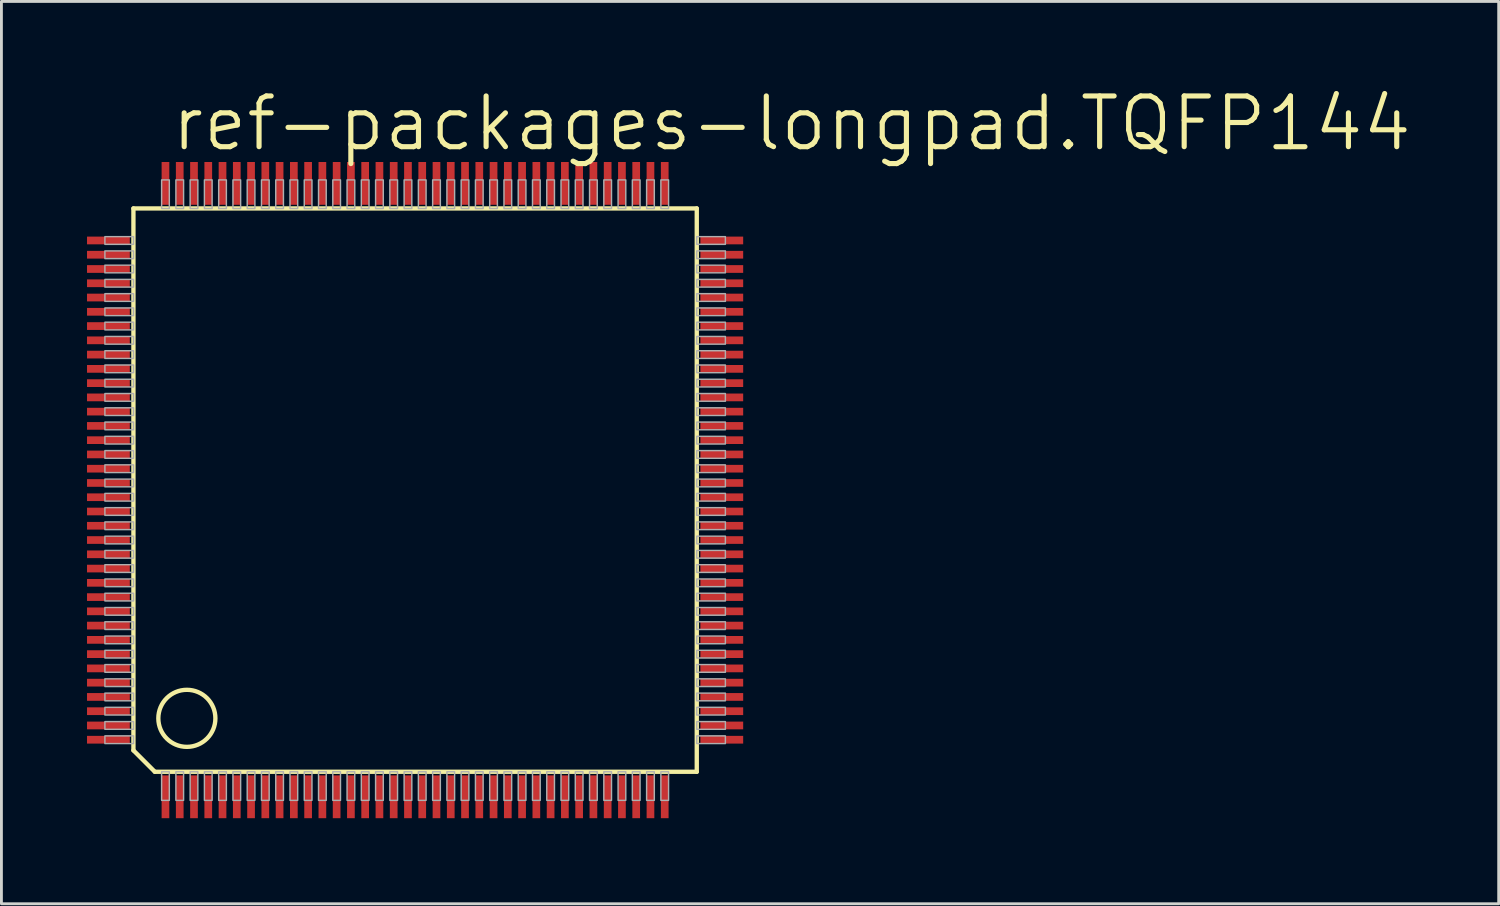
<source format=kicad_pcb>
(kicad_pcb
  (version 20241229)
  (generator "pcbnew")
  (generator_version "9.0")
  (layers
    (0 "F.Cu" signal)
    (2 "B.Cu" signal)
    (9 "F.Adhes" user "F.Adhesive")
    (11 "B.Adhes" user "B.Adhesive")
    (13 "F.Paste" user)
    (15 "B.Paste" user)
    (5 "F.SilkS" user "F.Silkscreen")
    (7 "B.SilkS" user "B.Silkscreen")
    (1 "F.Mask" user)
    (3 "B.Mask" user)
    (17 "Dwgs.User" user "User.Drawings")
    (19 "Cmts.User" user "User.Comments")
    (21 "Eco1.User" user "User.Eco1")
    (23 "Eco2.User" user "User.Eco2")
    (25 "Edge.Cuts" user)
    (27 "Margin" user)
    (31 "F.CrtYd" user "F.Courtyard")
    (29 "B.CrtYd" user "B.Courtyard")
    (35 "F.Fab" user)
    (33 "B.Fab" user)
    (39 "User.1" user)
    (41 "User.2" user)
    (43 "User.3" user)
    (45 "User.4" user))
  (footprint "ref-packages-longpad.TQFP144"
    (layer "F.Cu")
    (at 11.5 14.129)
    (property "Reference" "ref-packages-longpad.TQFP144" (at -8.636 -11.811 0) (layer "F.SilkS") (effects (font (size 1.778 1.778) (thickness 0.18)) (justify left bottom)))
    (attr smd)
    (fp_line (start -9.873 -9.873) (end 9.873 -9.873) (stroke (width 0.152) (type default)) (layer "F.SilkS"))
    (fp_line (start -9.873 9.123) (end -9.873 -9.873) (stroke (width 0.152) (type default)) (layer "F.SilkS"))
    (fp_line (start -9.123 9.873) (end -9.873 9.123) (stroke (width 0.152) (type default)) (layer "F.SilkS"))
    (fp_line (start 9.873 -9.873) (end 9.873 9.873) (stroke (width 0.152) (type default)) (layer "F.SilkS"))
    (fp_line (start 9.873 9.873) (end -9.123 9.873) (stroke (width 0.152) (type default)) (layer "F.SilkS"))
    (fp_circle (center -8 8) (end -7 8) (stroke (width 0.152) (type default)) (fill no) (layer "F.SilkS"))
    (fp_rect (start -10.873 -8.615) (end -9.87 -8.885) (stroke (width 0.05) (type default)) (fill no) (layer "F.Fab"))
    (fp_rect (start -10.873 -8.115) (end -9.87 -8.385) (stroke (width 0.05) (type default)) (fill no) (layer "F.Fab"))
    (fp_rect (start -10.873 -7.615) (end -9.87 -7.885) (stroke (width 0.05) (type default)) (fill no) (layer "F.Fab"))
    (fp_rect (start -10.873 -7.115) (end -9.87 -7.385) (stroke (width 0.05) (type default)) (fill no) (layer "F.Fab"))
    (fp_rect (start -10.873 -6.615) (end -9.87 -6.885) (stroke (width 0.05) (type default)) (fill no) (layer "F.Fab"))
    (fp_rect (start -10.873 -6.115) (end -9.87 -6.385) (stroke (width 0.05) (type default)) (fill no) (layer "F.Fab"))
    (fp_rect (start -10.873 -5.615) (end -9.87 -5.885) (stroke (width 0.05) (type default)) (fill no) (layer "F.Fab"))
    (fp_rect (start -10.873 -5.115) (end -9.87 -5.385) (stroke (width 0.05) (type default)) (fill no) (layer "F.Fab"))
    (fp_rect (start -10.873 -4.615) (end -9.87 -4.885) (stroke (width 0.05) (type default)) (fill no) (layer "F.Fab"))
    (fp_rect (start -10.873 -4.115) (end -9.87 -4.385) (stroke (width 0.05) (type default)) (fill no) (layer "F.Fab"))
    (fp_rect (start -10.873 -3.615) (end -9.87 -3.885) (stroke (width 0.05) (type default)) (fill no) (layer "F.Fab"))
    (fp_rect (start -10.873 -3.115) (end -9.87 -3.385) (stroke (width 0.05) (type default)) (fill no) (layer "F.Fab"))
    (fp_rect (start -10.873 -2.615) (end -9.87 -2.885) (stroke (width 0.05) (type default)) (fill no) (layer "F.Fab"))
    (fp_rect (start -10.873 -2.115) (end -9.87 -2.385) (stroke (width 0.05) (type default)) (fill no) (layer "F.Fab"))
    (fp_rect (start -10.873 -1.615) (end -9.87 -1.885) (stroke (width 0.05) (type default)) (fill no) (layer "F.Fab"))
    (fp_rect (start -10.873 -1.115) (end -9.87 -1.385) (stroke (width 0.05) (type default)) (fill no) (layer "F.Fab"))
    (fp_rect (start -10.873 -0.615) (end -9.87 -0.885) (stroke (width 0.05) (type default)) (fill no) (layer "F.Fab"))
    (fp_rect (start -10.873 -0.115) (end -9.87 -0.385) (stroke (width 0.05) (type default)) (fill no) (layer "F.Fab"))
    (fp_rect (start -10.873 0.385) (end -9.87 0.115) (stroke (width 0.05) (type default)) (fill no) (layer "F.Fab"))
    (fp_rect (start -10.873 0.885) (end -9.87 0.615) (stroke (width 0.05) (type default)) (fill no) (layer "F.Fab"))
    (fp_rect (start -10.873 1.385) (end -9.87 1.115) (stroke (width 0.05) (type default)) (fill no) (layer "F.Fab"))
    (fp_rect (start -10.873 1.885) (end -9.87 1.615) (stroke (width 0.05) (type default)) (fill no) (layer "F.Fab"))
    (fp_rect (start -10.873 2.385) (end -9.87 2.115) (stroke (width 0.05) (type default)) (fill no) (layer "F.Fab"))
    (fp_rect (start -10.873 2.885) (end -9.87 2.615) (stroke (width 0.05) (type default)) (fill no) (layer "F.Fab"))
    (fp_rect (start -10.873 3.385) (end -9.87 3.115) (stroke (width 0.05) (type default)) (fill no) (layer "F.Fab"))
    (fp_rect (start -10.873 3.885) (end -9.87 3.615) (stroke (width 0.05) (type default)) (fill no) (layer "F.Fab"))
    (fp_rect (start -10.873 4.385) (end -9.87 4.115) (stroke (width 0.05) (type default)) (fill no) (layer "F.Fab"))
    (fp_rect (start -10.873 4.885) (end -9.87 4.615) (stroke (width 0.05) (type default)) (fill no) (layer "F.Fab"))
    (fp_rect (start -10.873 5.385) (end -9.87 5.115) (stroke (width 0.05) (type default)) (fill no) (layer "F.Fab"))
    (fp_rect (start -10.873 5.885) (end -9.87 5.615) (stroke (width 0.05) (type default)) (fill no) (layer "F.Fab"))
    (fp_rect (start -10.873 6.385) (end -9.87 6.115) (stroke (width 0.05) (type default)) (fill no) (layer "F.Fab"))
    (fp_rect (start -10.873 6.885) (end -9.87 6.615) (stroke (width 0.05) (type default)) (fill no) (layer "F.Fab"))
    (fp_rect (start -10.873 7.385) (end -9.87 7.115) (stroke (width 0.05) (type default)) (fill no) (layer "F.Fab"))
    (fp_rect (start -10.873 7.885) (end -9.87 7.615) (stroke (width 0.05) (type default)) (fill no) (layer "F.Fab"))
    (fp_rect (start -10.873 8.385) (end -9.87 8.115) (stroke (width 0.05) (type default)) (fill no) (layer "F.Fab"))
    (fp_rect (start -10.873 8.885) (end -9.87 8.615) (stroke (width 0.05) (type default)) (fill no) (layer "F.Fab"))
    (fp_rect (start -8.885 -9.87) (end -8.615 -10.873) (stroke (width 0.05) (type default)) (fill no) (layer "F.Fab"))
    (fp_rect (start -8.885 10.876) (end -8.615 9.873) (stroke (width 0.05) (type default)) (fill no) (layer "F.Fab"))
    (fp_rect (start -8.385 -9.87) (end -8.115 -10.873) (stroke (width 0.05) (type default)) (fill no) (layer "F.Fab"))
    (fp_rect (start -8.385 10.876) (end -8.115 9.873) (stroke (width 0.05) (type default)) (fill no) (layer "F.Fab"))
    (fp_rect (start -7.885 -9.87) (end -7.615 -10.873) (stroke (width 0.05) (type default)) (fill no) (layer "F.Fab"))
    (fp_rect (start -7.885 10.876) (end -7.615 9.873) (stroke (width 0.05) (type default)) (fill no) (layer "F.Fab"))
    (fp_rect (start -7.385 -9.87) (end -7.115 -10.873) (stroke (width 0.05) (type default)) (fill no) (layer "F.Fab"))
    (fp_rect (start -7.385 10.876) (end -7.115 9.873) (stroke (width 0.05) (type default)) (fill no) (layer "F.Fab"))
    (fp_rect (start -6.885 -9.87) (end -6.615 -10.873) (stroke (width 0.05) (type default)) (fill no) (layer "F.Fab"))
    (fp_rect (start -6.885 10.876) (end -6.615 9.873) (stroke (width 0.05) (type default)) (fill no) (layer "F.Fab"))
    (fp_rect (start -6.385 -9.87) (end -6.115 -10.873) (stroke (width 0.05) (type default)) (fill no) (layer "F.Fab"))
    (fp_rect (start -6.385 10.876) (end -6.115 9.873) (stroke (width 0.05) (type default)) (fill no) (layer "F.Fab"))
    (fp_rect (start -5.885 -9.87) (end -5.615 -10.873) (stroke (width 0.05) (type default)) (fill no) (layer "F.Fab"))
    (fp_rect (start -5.885 10.876) (end -5.615 9.873) (stroke (width 0.05) (type default)) (fill no) (layer "F.Fab"))
    (fp_rect (start -5.385 -9.87) (end -5.115 -10.873) (stroke (width 0.05) (type default)) (fill no) (layer "F.Fab"))
    (fp_rect (start -5.385 10.876) (end -5.115 9.873) (stroke (width 0.05) (type default)) (fill no) (layer "F.Fab"))
    (fp_rect (start -4.885 -9.87) (end -4.615 -10.873) (stroke (width 0.05) (type default)) (fill no) (layer "F.Fab"))
    (fp_rect (start -4.885 10.876) (end -4.615 9.873) (stroke (width 0.05) (type default)) (fill no) (layer "F.Fab"))
    (fp_rect (start -4.385 -9.87) (end -4.115 -10.873) (stroke (width 0.05) (type default)) (fill no) (layer "F.Fab"))
    (fp_rect (start -4.385 10.876) (end -4.115 9.873) (stroke (width 0.05) (type default)) (fill no) (layer "F.Fab"))
    (fp_rect (start -3.885 -9.87) (end -3.615 -10.873) (stroke (width 0.05) (type default)) (fill no) (layer "F.Fab"))
    (fp_rect (start -3.885 10.876) (end -3.615 9.873) (stroke (width 0.05) (type default)) (fill no) (layer "F.Fab"))
    (fp_rect (start -3.385 -9.87) (end -3.115 -10.873) (stroke (width 0.05) (type default)) (fill no) (layer "F.Fab"))
    (fp_rect (start -3.385 10.876) (end -3.115 9.873) (stroke (width 0.05) (type default)) (fill no) (layer "F.Fab"))
    (fp_rect (start -2.885 -9.87) (end -2.615 -10.873) (stroke (width 0.05) (type default)) (fill no) (layer "F.Fab"))
    (fp_rect (start -2.885 10.876) (end -2.615 9.873) (stroke (width 0.05) (type default)) (fill no) (layer "F.Fab"))
    (fp_rect (start -2.385 -9.87) (end -2.115 -10.873) (stroke (width 0.05) (type default)) (fill no) (layer "F.Fab"))
    (fp_rect (start -2.385 10.876) (end -2.115 9.873) (stroke (width 0.05) (type default)) (fill no) (layer "F.Fab"))
    (fp_rect (start -1.885 -9.87) (end -1.615 -10.873) (stroke (width 0.05) (type default)) (fill no) (layer "F.Fab"))
    (fp_rect (start -1.885 10.876) (end -1.615 9.873) (stroke (width 0.05) (type default)) (fill no) (layer "F.Fab"))
    (fp_rect (start -1.385 -9.87) (end -1.115 -10.873) (stroke (width 0.05) (type default)) (fill no) (layer "F.Fab"))
    (fp_rect (start -1.385 10.876) (end -1.115 9.873) (stroke (width 0.05) (type default)) (fill no) (layer "F.Fab"))
    (fp_rect (start -0.885 -9.87) (end -0.615 -10.873) (stroke (width 0.05) (type default)) (fill no) (layer "F.Fab"))
    (fp_rect (start -0.885 10.876) (end -0.615 9.873) (stroke (width 0.05) (type default)) (fill no) (layer "F.Fab"))
    (fp_rect (start -0.385 -9.87) (end -0.115 -10.873) (stroke (width 0.05) (type default)) (fill no) (layer "F.Fab"))
    (fp_rect (start -0.385 10.876) (end -0.115 9.873) (stroke (width 0.05) (type default)) (fill no) (layer "F.Fab"))
    (fp_rect (start 0.115 -9.87) (end 0.385 -10.873) (stroke (width 0.05) (type default)) (fill no) (layer "F.Fab"))
    (fp_rect (start 0.115 10.876) (end 0.385 9.873) (stroke (width 0.05) (type default)) (fill no) (layer "F.Fab"))
    (fp_rect (start 0.615 -9.87) (end 0.885 -10.873) (stroke (width 0.05) (type default)) (fill no) (layer "F.Fab"))
    (fp_rect (start 0.615 10.876) (end 0.885 9.873) (stroke (width 0.05) (type default)) (fill no) (layer "F.Fab"))
    (fp_rect (start 1.115 -9.87) (end 1.385 -10.873) (stroke (width 0.05) (type default)) (fill no) (layer "F.Fab"))
    (fp_rect (start 1.115 10.876) (end 1.385 9.873) (stroke (width 0.05) (type default)) (fill no) (layer "F.Fab"))
    (fp_rect (start 1.615 -9.87) (end 1.885 -10.873) (stroke (width 0.05) (type default)) (fill no) (layer "F.Fab"))
    (fp_rect (start 1.615 10.876) (end 1.885 9.873) (stroke (width 0.05) (type default)) (fill no) (layer "F.Fab"))
    (fp_rect (start 2.115 -9.87) (end 2.385 -10.873) (stroke (width 0.05) (type default)) (fill no) (layer "F.Fab"))
    (fp_rect (start 2.115 10.876) (end 2.385 9.873) (stroke (width 0.05) (type default)) (fill no) (layer "F.Fab"))
    (fp_rect (start 2.615 -9.87) (end 2.885 -10.873) (stroke (width 0.05) (type default)) (fill no) (layer "F.Fab"))
    (fp_rect (start 2.615 10.876) (end 2.885 9.873) (stroke (width 0.05) (type default)) (fill no) (layer "F.Fab"))
    (fp_rect (start 3.115 -9.87) (end 3.385 -10.873) (stroke (width 0.05) (type default)) (fill no) (layer "F.Fab"))
    (fp_rect (start 3.115 10.876) (end 3.385 9.873) (stroke (width 0.05) (type default)) (fill no) (layer "F.Fab"))
    (fp_rect (start 3.615 -9.87) (end 3.885 -10.873) (stroke (width 0.05) (type default)) (fill no) (layer "F.Fab"))
    (fp_rect (start 3.615 10.876) (end 3.885 9.873) (stroke (width 0.05) (type default)) (fill no) (layer "F.Fab"))
    (fp_rect (start 4.115 -9.87) (end 4.385 -10.873) (stroke (width 0.05) (type default)) (fill no) (layer "F.Fab"))
    (fp_rect (start 4.115 10.876) (end 4.385 9.873) (stroke (width 0.05) (type default)) (fill no) (layer "F.Fab"))
    (fp_rect (start 4.615 -9.87) (end 4.885 -10.873) (stroke (width 0.05) (type default)) (fill no) (layer "F.Fab"))
    (fp_rect (start 4.615 10.876) (end 4.885 9.873) (stroke (width 0.05) (type default)) (fill no) (layer "F.Fab"))
    (fp_rect (start 5.115 -9.87) (end 5.385 -10.873) (stroke (width 0.05) (type default)) (fill no) (layer "F.Fab"))
    (fp_rect (start 5.115 10.876) (end 5.385 9.873) (stroke (width 0.05) (type default)) (fill no) (layer "F.Fab"))
    (fp_rect (start 5.615 -9.87) (end 5.885 -10.873) (stroke (width 0.05) (type default)) (fill no) (layer "F.Fab"))
    (fp_rect (start 5.615 10.876) (end 5.885 9.873) (stroke (width 0.05) (type default)) (fill no) (layer "F.Fab"))
    (fp_rect (start 6.115 -9.87) (end 6.385 -10.873) (stroke (width 0.05) (type default)) (fill no) (layer "F.Fab"))
    (fp_rect (start 6.115 10.876) (end 6.385 9.873) (stroke (width 0.05) (type default)) (fill no) (layer "F.Fab"))
    (fp_rect (start 6.615 -9.87) (end 6.885 -10.873) (stroke (width 0.05) (type default)) (fill no) (layer "F.Fab"))
    (fp_rect (start 6.615 10.876) (end 6.885 9.873) (stroke (width 0.05) (type default)) (fill no) (layer "F.Fab"))
    (fp_rect (start 7.115 -9.87) (end 7.385 -10.873) (stroke (width 0.05) (type default)) (fill no) (layer "F.Fab"))
    (fp_rect (start 7.115 10.876) (end 7.385 9.873) (stroke (width 0.05) (type default)) (fill no) (layer "F.Fab"))
    (fp_rect (start 7.615 -9.87) (end 7.885 -10.873) (stroke (width 0.05) (type default)) (fill no) (layer "F.Fab"))
    (fp_rect (start 7.615 10.876) (end 7.885 9.873) (stroke (width 0.05) (type default)) (fill no) (layer "F.Fab"))
    (fp_rect (start 8.115 -9.87) (end 8.385 -10.873) (stroke (width 0.05) (type default)) (fill no) (layer "F.Fab"))
    (fp_rect (start 8.115 10.876) (end 8.385 9.873) (stroke (width 0.05) (type default)) (fill no) (layer "F.Fab"))
    (fp_rect (start 8.615 -9.87) (end 8.885 -10.873) (stroke (width 0.05) (type default)) (fill no) (layer "F.Fab"))
    (fp_rect (start 8.615 10.876) (end 8.885 9.873) (stroke (width 0.05) (type default)) (fill no) (layer "F.Fab"))
    (fp_rect (start 9.873 -8.615) (end 10.876 -8.885) (stroke (width 0.05) (type default)) (fill no) (layer "F.Fab"))
    (fp_rect (start 9.873 -8.115) (end 10.876 -8.385) (stroke (width 0.05) (type default)) (fill no) (layer "F.Fab"))
    (fp_rect (start 9.873 -7.615) (end 10.876 -7.885) (stroke (width 0.05) (type default)) (fill no) (layer "F.Fab"))
    (fp_rect (start 9.873 -7.115) (end 10.876 -7.385) (stroke (width 0.05) (type default)) (fill no) (layer "F.Fab"))
    (fp_rect (start 9.873 -6.615) (end 10.876 -6.885) (stroke (width 0.05) (type default)) (fill no) (layer "F.Fab"))
    (fp_rect (start 9.873 -6.115) (end 10.876 -6.385) (stroke (width 0.05) (type default)) (fill no) (layer "F.Fab"))
    (fp_rect (start 9.873 -5.615) (end 10.876 -5.885) (stroke (width 0.05) (type default)) (fill no) (layer "F.Fab"))
    (fp_rect (start 9.873 -5.115) (end 10.876 -5.385) (stroke (width 0.05) (type default)) (fill no) (layer "F.Fab"))
    (fp_rect (start 9.873 -4.615) (end 10.876 -4.885) (stroke (width 0.05) (type default)) (fill no) (layer "F.Fab"))
    (fp_rect (start 9.873 -4.115) (end 10.876 -4.385) (stroke (width 0.05) (type default)) (fill no) (layer "F.Fab"))
    (fp_rect (start 9.873 -3.615) (end 10.876 -3.885) (stroke (width 0.05) (type default)) (fill no) (layer "F.Fab"))
    (fp_rect (start 9.873 -3.115) (end 10.876 -3.385) (stroke (width 0.05) (type default)) (fill no) (layer "F.Fab"))
    (fp_rect (start 9.873 -2.615) (end 10.876 -2.885) (stroke (width 0.05) (type default)) (fill no) (layer "F.Fab"))
    (fp_rect (start 9.873 -2.115) (end 10.876 -2.385) (stroke (width 0.05) (type default)) (fill no) (layer "F.Fab"))
    (fp_rect (start 9.873 -1.615) (end 10.876 -1.885) (stroke (width 0.05) (type default)) (fill no) (layer "F.Fab"))
    (fp_rect (start 9.873 -1.115) (end 10.876 -1.385) (stroke (width 0.05) (type default)) (fill no) (layer "F.Fab"))
    (fp_rect (start 9.873 -0.615) (end 10.876 -0.885) (stroke (width 0.05) (type default)) (fill no) (layer "F.Fab"))
    (fp_rect (start 9.873 -0.115) (end 10.876 -0.385) (stroke (width 0.05) (type default)) (fill no) (layer "F.Fab"))
    (fp_rect (start 9.873 0.385) (end 10.876 0.115) (stroke (width 0.05) (type default)) (fill no) (layer "F.Fab"))
    (fp_rect (start 9.873 0.885) (end 10.876 0.615) (stroke (width 0.05) (type default)) (fill no) (layer "F.Fab"))
    (fp_rect (start 9.873 1.385) (end 10.876 1.115) (stroke (width 0.05) (type default)) (fill no) (layer "F.Fab"))
    (fp_rect (start 9.873 1.885) (end 10.876 1.615) (stroke (width 0.05) (type default)) (fill no) (layer "F.Fab"))
    (fp_rect (start 9.873 2.385) (end 10.876 2.115) (stroke (width 0.05) (type default)) (fill no) (layer "F.Fab"))
    (fp_rect (start 9.873 2.885) (end 10.876 2.615) (stroke (width 0.05) (type default)) (fill no) (layer "F.Fab"))
    (fp_rect (start 9.873 3.385) (end 10.876 3.115) (stroke (width 0.05) (type default)) (fill no) (layer "F.Fab"))
    (fp_rect (start 9.873 3.885) (end 10.876 3.615) (stroke (width 0.05) (type default)) (fill no) (layer "F.Fab"))
    (fp_rect (start 9.873 4.385) (end 10.876 4.115) (stroke (width 0.05) (type default)) (fill no) (layer "F.Fab"))
    (fp_rect (start 9.873 4.885) (end 10.876 4.615) (stroke (width 0.05) (type default)) (fill no) (layer "F.Fab"))
    (fp_rect (start 9.873 5.385) (end 10.876 5.115) (stroke (width 0.05) (type default)) (fill no) (layer "F.Fab"))
    (fp_rect (start 9.873 5.885) (end 10.876 5.615) (stroke (width 0.05) (type default)) (fill no) (layer "F.Fab"))
    (fp_rect (start 9.873 6.385) (end 10.876 6.115) (stroke (width 0.05) (type default)) (fill no) (layer "F.Fab"))
    (fp_rect (start 9.873 6.885) (end 10.876 6.615) (stroke (width 0.05) (type default)) (fill no) (layer "F.Fab"))
    (fp_rect (start 9.873 7.385) (end 10.876 7.115) (stroke (width 0.05) (type default)) (fill no) (layer "F.Fab"))
    (fp_rect (start 9.873 7.885) (end 10.876 7.615) (stroke (width 0.05) (type default)) (fill no) (layer "F.Fab"))
    (fp_rect (start 9.873 8.385) (end 10.876 8.115) (stroke (width 0.05) (type default)) (fill no) (layer "F.Fab"))
    (fp_rect (start 9.873 8.885) (end 10.876 8.615) (stroke (width 0.05) (type default)) (fill no) (layer "F.Fab"))
    (pad "1" smd roundrect (at -8.75 10.75) (size 0.27 1.5) (layers "F.Cu" "F.Mask" "F.Paste") (roundrect_rratio 0.01))
    (pad "2" smd roundrect (at -8.25 10.75) (size 0.27 1.5) (layers "F.Cu" "F.Mask" "F.Paste") (roundrect_rratio 0.01))
    (pad "3" smd roundrect (at -7.75 10.75) (size 0.27 1.5) (layers "F.Cu" "F.Mask" "F.Paste") (roundrect_rratio 0.01))
    (pad "4" smd roundrect (at -7.25 10.75) (size 0.27 1.5) (layers "F.Cu" "F.Mask" "F.Paste") (roundrect_rratio 0.01))
    (pad "5" smd roundrect (at -6.75 10.75) (size 0.27 1.5) (layers "F.Cu" "F.Mask" "F.Paste") (roundrect_rratio 0.01))
    (pad "6" smd roundrect (at -6.25 10.75) (size 0.27 1.5) (layers "F.Cu" "F.Mask" "F.Paste") (roundrect_rratio 0.01))
    (pad "7" smd roundrect (at -5.75 10.75) (size 0.27 1.5) (layers "F.Cu" "F.Mask" "F.Paste") (roundrect_rratio 0.01))
    (pad "8" smd roundrect (at -5.25 10.75) (size 0.27 1.5) (layers "F.Cu" "F.Mask" "F.Paste") (roundrect_rratio 0.01))
    (pad "9" smd roundrect (at -4.75 10.75) (size 0.27 1.5) (layers "F.Cu" "F.Mask" "F.Paste") (roundrect_rratio 0.01))
    (pad "10" smd roundrect (at -4.25 10.75) (size 0.27 1.5) (layers "F.Cu" "F.Mask" "F.Paste") (roundrect_rratio 0.01))
    (pad "11" smd roundrect (at -3.75 10.75) (size 0.27 1.5) (layers "F.Cu" "F.Mask" "F.Paste") (roundrect_rratio 0.01))
    (pad "12" smd roundrect (at -3.25 10.75) (size 0.27 1.5) (layers "F.Cu" "F.Mask" "F.Paste") (roundrect_rratio 0.01))
    (pad "13" smd roundrect (at -2.75 10.75) (size 0.27 1.5) (layers "F.Cu" "F.Mask" "F.Paste") (roundrect_rratio 0.01))
    (pad "14" smd roundrect (at -2.25 10.75) (size 0.27 1.5) (layers "F.Cu" "F.Mask" "F.Paste") (roundrect_rratio 0.01))
    (pad "15" smd roundrect (at -1.75 10.75) (size 0.27 1.5) (layers "F.Cu" "F.Mask" "F.Paste") (roundrect_rratio 0.01))
    (pad "16" smd roundrect (at -1.25 10.75) (size 0.27 1.5) (layers "F.Cu" "F.Mask" "F.Paste") (roundrect_rratio 0.01))
    (pad "17" smd roundrect (at -0.75 10.75) (size 0.27 1.5) (layers "F.Cu" "F.Mask" "F.Paste") (roundrect_rratio 0.01))
    (pad "18" smd roundrect (at -0.25 10.75) (size 0.27 1.5) (layers "F.Cu" "F.Mask" "F.Paste") (roundrect_rratio 0.01))
    (pad "19" smd roundrect (at 0.25 10.75) (size 0.27 1.5) (layers "F.Cu" "F.Mask" "F.Paste") (roundrect_rratio 0.01))
    (pad "20" smd roundrect (at 0.75 10.75) (size 0.27 1.5) (layers "F.Cu" "F.Mask" "F.Paste") (roundrect_rratio 0.01))
    (pad "21" smd roundrect (at 1.25 10.75) (size 0.27 1.5) (layers "F.Cu" "F.Mask" "F.Paste") (roundrect_rratio 0.01))
    (pad "22" smd roundrect (at 1.75 10.75) (size 0.27 1.5) (layers "F.Cu" "F.Mask" "F.Paste") (roundrect_rratio 0.01))
    (pad "23" smd roundrect (at 2.25 10.75) (size 0.27 1.5) (layers "F.Cu" "F.Mask" "F.Paste") (roundrect_rratio 0.01))
    (pad "24" smd roundrect (at 2.75 10.75) (size 0.27 1.5) (layers "F.Cu" "F.Mask" "F.Paste") (roundrect_rratio 0.01))
    (pad "25" smd roundrect (at 3.25 10.75) (size 0.27 1.5) (layers "F.Cu" "F.Mask" "F.Paste") (roundrect_rratio 0.01))
    (pad "26" smd roundrect (at 3.75 10.75) (size 0.27 1.5) (layers "F.Cu" "F.Mask" "F.Paste") (roundrect_rratio 0.01))
    (pad "27" smd roundrect (at 4.25 10.75) (size 0.27 1.5) (layers "F.Cu" "F.Mask" "F.Paste") (roundrect_rratio 0.01))
    (pad "28" smd roundrect (at 4.75 10.75) (size 0.27 1.5) (layers "F.Cu" "F.Mask" "F.Paste") (roundrect_rratio 0.01))
    (pad "29" smd roundrect (at 5.25 10.75) (size 0.27 1.5) (layers "F.Cu" "F.Mask" "F.Paste") (roundrect_rratio 0.01))
    (pad "30" smd roundrect (at 5.75 10.75) (size 0.27 1.5) (layers "F.Cu" "F.Mask" "F.Paste") (roundrect_rratio 0.01))
    (pad "31" smd roundrect (at 6.25 10.75) (size 0.27 1.5) (layers "F.Cu" "F.Mask" "F.Paste") (roundrect_rratio 0.01))
    (pad "32" smd roundrect (at 6.75 10.75) (size 0.27 1.5) (layers "F.Cu" "F.Mask" "F.Paste") (roundrect_rratio 0.01))
    (pad "33" smd roundrect (at 7.25 10.75) (size 0.27 1.5) (layers "F.Cu" "F.Mask" "F.Paste") (roundrect_rratio 0.01))
    (pad "34" smd roundrect (at 7.75 10.75) (size 0.27 1.5) (layers "F.Cu" "F.Mask" "F.Paste") (roundrect_rratio 0.01))
    (pad "35" smd roundrect (at 8.25 10.75) (size 0.27 1.5) (layers "F.Cu" "F.Mask" "F.Paste") (roundrect_rratio 0.01))
    (pad "36" smd roundrect (at 8.75 10.75) (size 0.27 1.5) (layers "F.Cu" "F.Mask" "F.Paste") (roundrect_rratio 0.01))
    (pad "37" smd roundrect (at 10.75 8.75) (size 1.5 0.27) (layers "F.Cu" "F.Mask" "F.Paste") (roundrect_rratio 0.01))
    (pad "38" smd roundrect (at 10.75 8.25) (size 1.5 0.27) (layers "F.Cu" "F.Mask" "F.Paste") (roundrect_rratio 0.01))
    (pad "39" smd roundrect (at 10.75 7.75) (size 1.5 0.27) (layers "F.Cu" "F.Mask" "F.Paste") (roundrect_rratio 0.01))
    (pad "40" smd roundrect (at 10.75 7.25) (size 1.5 0.27) (layers "F.Cu" "F.Mask" "F.Paste") (roundrect_rratio 0.01))
    (pad "41" smd roundrect (at 10.75 6.75) (size 1.5 0.27) (layers "F.Cu" "F.Mask" "F.Paste") (roundrect_rratio 0.01))
    (pad "42" smd roundrect (at 10.75 6.25) (size 1.5 0.27) (layers "F.Cu" "F.Mask" "F.Paste") (roundrect_rratio 0.01))
    (pad "43" smd roundrect (at 10.75 5.75) (size 1.5 0.27) (layers "F.Cu" "F.Mask" "F.Paste") (roundrect_rratio 0.01))
    (pad "44" smd roundrect (at 10.75 5.25) (size 1.5 0.27) (layers "F.Cu" "F.Mask" "F.Paste") (roundrect_rratio 0.01))
    (pad "45" smd roundrect (at 10.75 4.75) (size 1.5 0.27) (layers "F.Cu" "F.Mask" "F.Paste") (roundrect_rratio 0.01))
    (pad "46" smd roundrect (at 10.75 4.25) (size 1.5 0.27) (layers "F.Cu" "F.Mask" "F.Paste") (roundrect_rratio 0.01))
    (pad "47" smd roundrect (at 10.75 3.75) (size 1.5 0.27) (layers "F.Cu" "F.Mask" "F.Paste") (roundrect_rratio 0.01))
    (pad "48" smd roundrect (at 10.75 3.25) (size 1.5 0.27) (layers "F.Cu" "F.Mask" "F.Paste") (roundrect_rratio 0.01))
    (pad "49" smd roundrect (at 10.75 2.75) (size 1.5 0.27) (layers "F.Cu" "F.Mask" "F.Paste") (roundrect_rratio 0.01))
    (pad "50" smd roundrect (at 10.75 2.25) (size 1.5 0.27) (layers "F.Cu" "F.Mask" "F.Paste") (roundrect_rratio 0.01))
    (pad "51" smd roundrect (at 10.75 1.75) (size 1.5 0.27) (layers "F.Cu" "F.Mask" "F.Paste") (roundrect_rratio 0.01))
    (pad "52" smd roundrect (at 10.75 1.25) (size 1.5 0.27) (layers "F.Cu" "F.Mask" "F.Paste") (roundrect_rratio 0.01))
    (pad "53" smd roundrect (at 10.75 0.75) (size 1.5 0.27) (layers "F.Cu" "F.Mask" "F.Paste") (roundrect_rratio 0.01))
    (pad "54" smd roundrect (at 10.75 0.25) (size 1.5 0.27) (layers "F.Cu" "F.Mask" "F.Paste") (roundrect_rratio 0.01))
    (pad "55" smd roundrect (at 10.75 -0.25) (size 1.5 0.27) (layers "F.Cu" "F.Mask" "F.Paste") (roundrect_rratio 0.01))
    (pad "56" smd roundrect (at 10.75 -0.75) (size 1.5 0.27) (layers "F.Cu" "F.Mask" "F.Paste") (roundrect_rratio 0.01))
    (pad "57" smd roundrect (at 10.75 -1.25) (size 1.5 0.27) (layers "F.Cu" "F.Mask" "F.Paste") (roundrect_rratio 0.01))
    (pad "58" smd roundrect (at 10.75 -1.75) (size 1.5 0.27) (layers "F.Cu" "F.Mask" "F.Paste") (roundrect_rratio 0.01))
    (pad "59" smd roundrect (at 10.75 -2.25) (size 1.5 0.27) (layers "F.Cu" "F.Mask" "F.Paste") (roundrect_rratio 0.01))
    (pad "60" smd roundrect (at 10.75 -2.75) (size 1.5 0.27) (layers "F.Cu" "F.Mask" "F.Paste") (roundrect_rratio 0.01))
    (pad "61" smd roundrect (at 10.75 -3.25) (size 1.5 0.27) (layers "F.Cu" "F.Mask" "F.Paste") (roundrect_rratio 0.01))
    (pad "62" smd roundrect (at 10.75 -3.75) (size 1.5 0.27) (layers "F.Cu" "F.Mask" "F.Paste") (roundrect_rratio 0.01))
    (pad "63" smd roundrect (at 10.75 -4.25) (size 1.5 0.27) (layers "F.Cu" "F.Mask" "F.Paste") (roundrect_rratio 0.01))
    (pad "64" smd roundrect (at 10.75 -4.75) (size 1.5 0.27) (layers "F.Cu" "F.Mask" "F.Paste") (roundrect_rratio 0.01))
    (pad "65" smd roundrect (at 10.75 -5.25) (size 1.5 0.27) (layers "F.Cu" "F.Mask" "F.Paste") (roundrect_rratio 0.01))
    (pad "66" smd roundrect (at 10.75 -5.75) (size 1.5 0.27) (layers "F.Cu" "F.Mask" "F.Paste") (roundrect_rratio 0.01))
    (pad "67" smd roundrect (at 10.75 -6.25) (size 1.5 0.27) (layers "F.Cu" "F.Mask" "F.Paste") (roundrect_rratio 0.01))
    (pad "68" smd roundrect (at 10.75 -6.75) (size 1.5 0.27) (layers "F.Cu" "F.Mask" "F.Paste") (roundrect_rratio 0.01))
    (pad "69" smd roundrect (at 10.75 -7.25) (size 1.5 0.27) (layers "F.Cu" "F.Mask" "F.Paste") (roundrect_rratio 0.01))
    (pad "70" smd roundrect (at 10.75 -7.75) (size 1.5 0.27) (layers "F.Cu" "F.Mask" "F.Paste") (roundrect_rratio 0.01))
    (pad "71" smd roundrect (at 10.75 -8.25) (size 1.5 0.27) (layers "F.Cu" "F.Mask" "F.Paste") (roundrect_rratio 0.01))
    (pad "72" smd roundrect (at 10.75 -8.75) (size 1.5 0.27) (layers "F.Cu" "F.Mask" "F.Paste") (roundrect_rratio 0.01))
    (pad "73" smd roundrect (at 8.75 -10.75) (size 0.27 1.5) (layers "F.Cu" "F.Mask" "F.Paste") (roundrect_rratio 0.01))
    (pad "74" smd roundrect (at 8.25 -10.75) (size 0.27 1.5) (layers "F.Cu" "F.Mask" "F.Paste") (roundrect_rratio 0.01))
    (pad "75" smd roundrect (at 7.75 -10.75) (size 0.27 1.5) (layers "F.Cu" "F.Mask" "F.Paste") (roundrect_rratio 0.01))
    (pad "76" smd roundrect (at 7.25 -10.75) (size 0.27 1.5) (layers "F.Cu" "F.Mask" "F.Paste") (roundrect_rratio 0.01))
    (pad "77" smd roundrect (at 6.75 -10.75) (size 0.27 1.5) (layers "F.Cu" "F.Mask" "F.Paste") (roundrect_rratio 0.01))
    (pad "78" smd roundrect (at 6.25 -10.75) (size 0.27 1.5) (layers "F.Cu" "F.Mask" "F.Paste") (roundrect_rratio 0.01))
    (pad "79" smd roundrect (at 5.75 -10.75) (size 0.27 1.5) (layers "F.Cu" "F.Mask" "F.Paste") (roundrect_rratio 0.01))
    (pad "80" smd roundrect (at 5.25 -10.75) (size 0.27 1.5) (layers "F.Cu" "F.Mask" "F.Paste") (roundrect_rratio 0.01))
    (pad "81" smd roundrect (at 4.75 -10.75) (size 0.27 1.5) (layers "F.Cu" "F.Mask" "F.Paste") (roundrect_rratio 0.01))
    (pad "82" smd roundrect (at 4.25 -10.75) (size 0.27 1.5) (layers "F.Cu" "F.Mask" "F.Paste") (roundrect_rratio 0.01))
    (pad "83" smd roundrect (at 3.75 -10.75) (size 0.27 1.5) (layers "F.Cu" "F.Mask" "F.Paste") (roundrect_rratio 0.01))
    (pad "84" smd roundrect (at 3.25 -10.75) (size 0.27 1.5) (layers "F.Cu" "F.Mask" "F.Paste") (roundrect_rratio 0.01))
    (pad "85" smd roundrect (at 2.75 -10.75) (size 0.27 1.5) (layers "F.Cu" "F.Mask" "F.Paste") (roundrect_rratio 0.01))
    (pad "86" smd roundrect (at 2.25 -10.75) (size 0.27 1.5) (layers "F.Cu" "F.Mask" "F.Paste") (roundrect_rratio 0.01))
    (pad "87" smd roundrect (at 1.75 -10.75) (size 0.27 1.5) (layers "F.Cu" "F.Mask" "F.Paste") (roundrect_rratio 0.01))
    (pad "88" smd roundrect (at 1.25 -10.75) (size 0.27 1.5) (layers "F.Cu" "F.Mask" "F.Paste") (roundrect_rratio 0.01))
    (pad "89" smd roundrect (at 0.75 -10.75) (size 0.27 1.5) (layers "F.Cu" "F.Mask" "F.Paste") (roundrect_rratio 0.01))
    (pad "90" smd roundrect (at 0.25 -10.75) (size 0.27 1.5) (layers "F.Cu" "F.Mask" "F.Paste") (roundrect_rratio 0.01))
    (pad "91" smd roundrect (at -0.25 -10.75) (size 0.27 1.5) (layers "F.Cu" "F.Mask" "F.Paste") (roundrect_rratio 0.01))
    (pad "92" smd roundrect (at -0.75 -10.75) (size 0.27 1.5) (layers "F.Cu" "F.Mask" "F.Paste") (roundrect_rratio 0.01))
    (pad "93" smd roundrect (at -1.25 -10.75) (size 0.27 1.5) (layers "F.Cu" "F.Mask" "F.Paste") (roundrect_rratio 0.01))
    (pad "94" smd roundrect (at -1.75 -10.75) (size 0.27 1.5) (layers "F.Cu" "F.Mask" "F.Paste") (roundrect_rratio 0.01))
    (pad "95" smd roundrect (at -2.25 -10.75) (size 0.27 1.5) (layers "F.Cu" "F.Mask" "F.Paste") (roundrect_rratio 0.01))
    (pad "96" smd roundrect (at -2.75 -10.75) (size 0.27 1.5) (layers "F.Cu" "F.Mask" "F.Paste") (roundrect_rratio 0.01))
    (pad "97" smd roundrect (at -3.25 -10.75) (size 0.27 1.5) (layers "F.Cu" "F.Mask" "F.Paste") (roundrect_rratio 0.01))
    (pad "98" smd roundrect (at -3.75 -10.75) (size 0.27 1.5) (layers "F.Cu" "F.Mask" "F.Paste") (roundrect_rratio 0.01))
    (pad "99" smd roundrect (at -4.25 -10.75) (size 0.27 1.5) (layers "F.Cu" "F.Mask" "F.Paste") (roundrect_rratio 0.01))
    (pad "100" smd roundrect (at -4.75 -10.75) (size 0.27 1.5) (layers "F.Cu" "F.Mask" "F.Paste") (roundrect_rratio 0.01))
    (pad "101" smd roundrect (at -5.25 -10.75) (size 0.27 1.5) (layers "F.Cu" "F.Mask" "F.Paste") (roundrect_rratio 0.01))
    (pad "102" smd roundrect (at -5.75 -10.75) (size 0.27 1.5) (layers "F.Cu" "F.Mask" "F.Paste") (roundrect_rratio 0.01))
    (pad "103" smd roundrect (at -6.25 -10.75) (size 0.27 1.5) (layers "F.Cu" "F.Mask" "F.Paste") (roundrect_rratio 0.01))
    (pad "104" smd roundrect (at -6.75 -10.75) (size 0.27 1.5) (layers "F.Cu" "F.Mask" "F.Paste") (roundrect_rratio 0.01))
    (pad "105" smd roundrect (at -7.25 -10.75) (size 0.27 1.5) (layers "F.Cu" "F.Mask" "F.Paste") (roundrect_rratio 0.01))
    (pad "106" smd roundrect (at -7.75 -10.75) (size 0.27 1.5) (layers "F.Cu" "F.Mask" "F.Paste") (roundrect_rratio 0.01))
    (pad "107" smd roundrect (at -8.25 -10.75) (size 0.27 1.5) (layers "F.Cu" "F.Mask" "F.Paste") (roundrect_rratio 0.01))
    (pad "108" smd roundrect (at -8.75 -10.75) (size 0.27 1.5) (layers "F.Cu" "F.Mask" "F.Paste") (roundrect_rratio 0.01))
    (pad "109" smd roundrect (at -10.75 -8.75) (size 1.5 0.27) (layers "F.Cu" "F.Mask" "F.Paste") (roundrect_rratio 0.01))
    (pad "110" smd roundrect (at -10.75 -8.25) (size 1.5 0.27) (layers "F.Cu" "F.Mask" "F.Paste") (roundrect_rratio 0.01))
    (pad "111" smd roundrect (at -10.75 -7.75) (size 1.5 0.27) (layers "F.Cu" "F.Mask" "F.Paste") (roundrect_rratio 0.01))
    (pad "112" smd roundrect (at -10.75 -7.25) (size 1.5 0.27) (layers "F.Cu" "F.Mask" "F.Paste") (roundrect_rratio 0.01))
    (pad "113" smd roundrect (at -10.75 -6.75) (size 1.5 0.27) (layers "F.Cu" "F.Mask" "F.Paste") (roundrect_rratio 0.01))
    (pad "114" smd roundrect (at -10.75 -6.25) (size 1.5 0.27) (layers "F.Cu" "F.Mask" "F.Paste") (roundrect_rratio 0.01))
    (pad "115" smd roundrect (at -10.75 -5.75) (size 1.5 0.27) (layers "F.Cu" "F.Mask" "F.Paste") (roundrect_rratio 0.01))
    (pad "116" smd roundrect (at -10.75 -5.25) (size 1.5 0.27) (layers "F.Cu" "F.Mask" "F.Paste") (roundrect_rratio 0.01))
    (pad "117" smd roundrect (at -10.75 -4.75) (size 1.5 0.27) (layers "F.Cu" "F.Mask" "F.Paste") (roundrect_rratio 0.01))
    (pad "118" smd roundrect (at -10.75 -4.25) (size 1.5 0.27) (layers "F.Cu" "F.Mask" "F.Paste") (roundrect_rratio 0.01))
    (pad "119" smd roundrect (at -10.75 -3.75) (size 1.5 0.27) (layers "F.Cu" "F.Mask" "F.Paste") (roundrect_rratio 0.01))
    (pad "120" smd roundrect (at -10.75 -3.25) (size 1.5 0.27) (layers "F.Cu" "F.Mask" "F.Paste") (roundrect_rratio 0.01))
    (pad "121" smd roundrect (at -10.75 -2.75) (size 1.5 0.27) (layers "F.Cu" "F.Mask" "F.Paste") (roundrect_rratio 0.01))
    (pad "122" smd roundrect (at -10.75 -2.25) (size 1.5 0.27) (layers "F.Cu" "F.Mask" "F.Paste") (roundrect_rratio 0.01))
    (pad "123" smd roundrect (at -10.75 -1.75) (size 1.5 0.27) (layers "F.Cu" "F.Mask" "F.Paste") (roundrect_rratio 0.01))
    (pad "124" smd roundrect (at -10.75 -1.25) (size 1.5 0.27) (layers "F.Cu" "F.Mask" "F.Paste") (roundrect_rratio 0.01))
    (pad "125" smd roundrect (at -10.75 -0.75) (size 1.5 0.27) (layers "F.Cu" "F.Mask" "F.Paste") (roundrect_rratio 0.01))
    (pad "126" smd roundrect (at -10.75 -0.25) (size 1.5 0.27) (layers "F.Cu" "F.Mask" "F.Paste") (roundrect_rratio 0.01))
    (pad "127" smd roundrect (at -10.75 0.25) (size 1.5 0.27) (layers "F.Cu" "F.Mask" "F.Paste") (roundrect_rratio 0.01))
    (pad "128" smd roundrect (at -10.75 0.75) (size 1.5 0.27) (layers "F.Cu" "F.Mask" "F.Paste") (roundrect_rratio 0.01))
    (pad "129" smd roundrect (at -10.75 1.25) (size 1.5 0.27) (layers "F.Cu" "F.Mask" "F.Paste") (roundrect_rratio 0.01))
    (pad "130" smd roundrect (at -10.75 1.75) (size 1.5 0.27) (layers "F.Cu" "F.Mask" "F.Paste") (roundrect_rratio 0.01))
    (pad "131" smd roundrect (at -10.75 2.25) (size 1.5 0.27) (layers "F.Cu" "F.Mask" "F.Paste") (roundrect_rratio 0.01))
    (pad "132" smd roundrect (at -10.75 2.75) (size 1.5 0.27) (layers "F.Cu" "F.Mask" "F.Paste") (roundrect_rratio 0.01))
    (pad "133" smd roundrect (at -10.75 3.25) (size 1.5 0.27) (layers "F.Cu" "F.Mask" "F.Paste") (roundrect_rratio 0.01))
    (pad "134" smd roundrect (at -10.75 3.75) (size 1.5 0.27) (layers "F.Cu" "F.Mask" "F.Paste") (roundrect_rratio 0.01))
    (pad "135" smd roundrect (at -10.75 4.25) (size 1.5 0.27) (layers "F.Cu" "F.Mask" "F.Paste") (roundrect_rratio 0.01))
    (pad "136" smd roundrect (at -10.75 4.75) (size 1.5 0.27) (layers "F.Cu" "F.Mask" "F.Paste") (roundrect_rratio 0.01))
    (pad "137" smd roundrect (at -10.75 5.25) (size 1.5 0.27) (layers "F.Cu" "F.Mask" "F.Paste") (roundrect_rratio 0.01))
    (pad "138" smd roundrect (at -10.75 5.75) (size 1.5 0.27) (layers "F.Cu" "F.Mask" "F.Paste") (roundrect_rratio 0.01))
    (pad "139" smd roundrect (at -10.75 6.25) (size 1.5 0.27) (layers "F.Cu" "F.Mask" "F.Paste") (roundrect_rratio 0.01))
    (pad "140" smd roundrect (at -10.75 6.75) (size 1.5 0.27) (layers "F.Cu" "F.Mask" "F.Paste") (roundrect_rratio 0.01))
    (pad "141" smd roundrect (at -10.75 7.25) (size 1.5 0.27) (layers "F.Cu" "F.Mask" "F.Paste") (roundrect_rratio 0.01))
    (pad "142" smd roundrect (at -10.75 7.75) (size 1.5 0.27) (layers "F.Cu" "F.Mask" "F.Paste") (roundrect_rratio 0.01))
    (pad "143" smd roundrect (at -10.75 8.25) (size 1.5 0.27) (layers "F.Cu" "F.Mask" "F.Paste") (roundrect_rratio 0.01))
    (pad "144" smd roundrect (at -10.75 8.75) (size 1.5 0.27) (layers "F.Cu" "F.Mask" "F.Paste") (roundrect_rratio 0.01)))
  (gr_rect
    (start -3 -3)
    (end 49.482 28.629)
    (stroke (width 0.1) (type default))
    (fill no)
    (layer "Edge.Cuts")))
</source>
